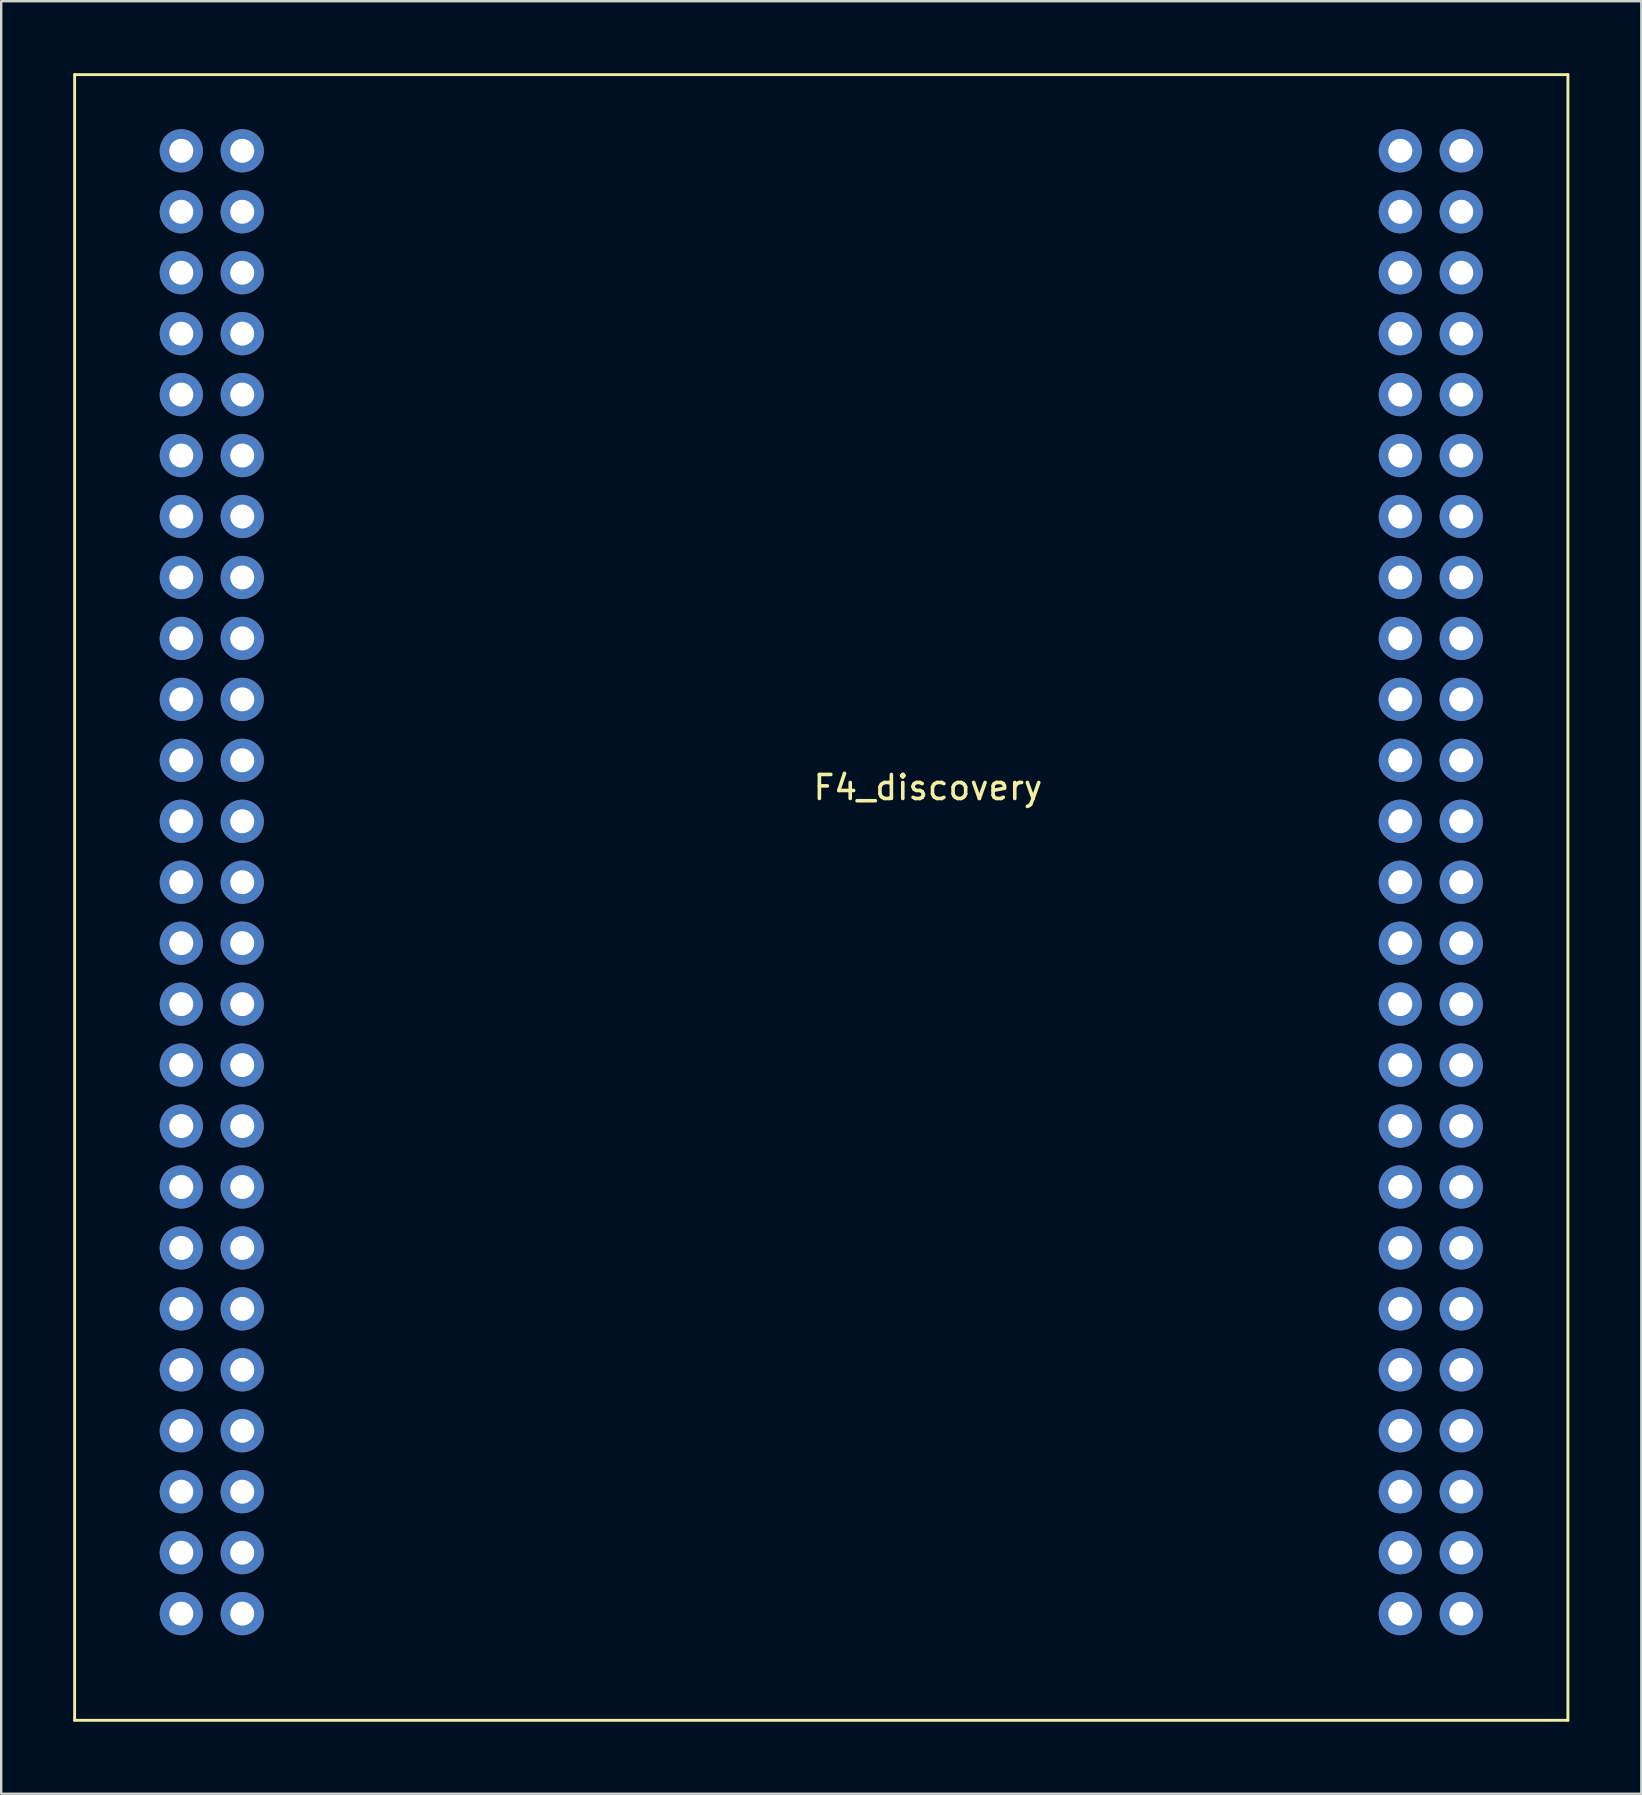
<source format=kicad_pcb>
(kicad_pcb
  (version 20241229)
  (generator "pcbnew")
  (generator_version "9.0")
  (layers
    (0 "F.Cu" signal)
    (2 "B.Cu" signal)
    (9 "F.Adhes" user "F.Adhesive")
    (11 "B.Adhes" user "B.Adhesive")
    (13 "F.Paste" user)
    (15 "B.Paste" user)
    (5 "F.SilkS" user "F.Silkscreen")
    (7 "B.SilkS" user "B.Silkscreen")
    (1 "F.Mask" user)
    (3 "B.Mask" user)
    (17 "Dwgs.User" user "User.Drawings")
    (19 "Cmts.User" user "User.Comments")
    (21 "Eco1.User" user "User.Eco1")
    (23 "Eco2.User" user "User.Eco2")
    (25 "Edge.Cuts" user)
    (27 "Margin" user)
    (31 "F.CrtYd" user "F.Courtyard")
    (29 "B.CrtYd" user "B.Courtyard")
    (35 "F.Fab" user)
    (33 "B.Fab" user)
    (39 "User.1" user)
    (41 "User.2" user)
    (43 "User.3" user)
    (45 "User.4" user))
  (footprint "F4_discovery"
    (layer "F.Cu")
    (at 31.175 29.27)
    (property "Reference" "F4_discovery" (at 4.445 0.5 0) (layer "F.SilkS") (effects (font (size 1 1) (thickness 0.15))))
    (attr through_hole)
    (fp_line (start -31.115 -29.21) (end 31.115 -29.21) (stroke (width 0.12) (type solid)) (layer "F.SilkS"))
    (fp_line (start -31.115 39.37) (end -31.115 -29.21) (stroke (width 0.12) (type solid)) (layer "F.SilkS"))
    (fp_line (start 31.115 -29.21) (end 31.115 39.37) (stroke (width 0.12) (type solid)) (layer "F.SilkS"))
    (fp_line (start 31.115 39.37) (end -31.115 39.37) (stroke (width 0.12) (type solid)) (layer "F.SilkS"))
    (pad "1" thru_hole circle (at -26.67 -26.035) (size 1.8 1.8) (drill 1) (layers "*.Cu" "*.Mask"))
    (pad "2" thru_hole circle (at -26.67 -23.495) (size 1.8 1.8) (drill 1) (layers "*.Cu" "*.Mask"))
    (pad "3" thru_hole circle (at -26.67 -20.955) (size 1.8 1.8) (drill 1) (layers "*.Cu" "*.Mask"))
    (pad "4" thru_hole circle (at -26.67 -18.415) (size 1.8 1.8) (drill 1) (layers "*.Cu" "*.Mask"))
    (pad "5" thru_hole circle (at -26.67 -15.875) (size 1.8 1.8) (drill 1) (layers "*.Cu" "*.Mask"))
    (pad "6" thru_hole circle (at -26.67 -13.335) (size 1.8 1.8) (drill 1) (layers "*.Cu" "*.Mask"))
    (pad "7" thru_hole circle (at -26.67 -10.795) (size 1.8 1.8) (drill 1) (layers "*.Cu" "*.Mask"))
    (pad "8" thru_hole circle (at -26.67 -8.255) (size 1.8 1.8) (drill 1) (layers "*.Cu" "*.Mask"))
    (pad "9" thru_hole circle (at -26.67 -5.715) (size 1.8 1.8) (drill 1) (layers "*.Cu" "*.Mask"))
    (pad "10" thru_hole circle (at -26.67 -3.175) (size 1.8 1.8) (drill 1) (layers "*.Cu" "*.Mask"))
    (pad "11" thru_hole circle (at -26.67 -0.635) (size 1.8 1.8) (drill 1) (layers "*.Cu" "*.Mask"))
    (pad "12" thru_hole circle (at -26.67 1.905) (size 1.8 1.8) (drill 1) (layers "*.Cu" "*.Mask"))
    (pad "13" thru_hole circle (at -26.67 4.445) (size 1.8 1.8) (drill 1) (layers "*.Cu" "*.Mask"))
    (pad "14" thru_hole circle (at -26.67 6.985) (size 1.8 1.8) (drill 1) (layers "*.Cu" "*.Mask"))
    (pad "15" thru_hole circle (at -26.67 9.525) (size 1.8 1.8) (drill 1) (layers "*.Cu" "*.Mask"))
    (pad "16" thru_hole circle (at -26.67 12.065) (size 1.8 1.8) (drill 1) (layers "*.Cu" "*.Mask"))
    (pad "17" thru_hole circle (at -26.67 14.605) (size 1.8 1.8) (drill 1) (layers "*.Cu" "*.Mask"))
    (pad "18" thru_hole circle (at -26.67 17.145) (size 1.8 1.8) (drill 1) (layers "*.Cu" "*.Mask"))
    (pad "19" thru_hole circle (at -26.67 19.685) (size 1.8 1.8) (drill 1) (layers "*.Cu" "*.Mask"))
    (pad "20" thru_hole circle (at -26.67 22.225) (size 1.8 1.8) (drill 1) (layers "*.Cu" "*.Mask"))
    (pad "21" thru_hole circle (at -26.67 24.765) (size 1.8 1.8) (drill 1) (layers "*.Cu" "*.Mask"))
    (pad "22" thru_hole circle (at -26.67 27.305) (size 1.8 1.8) (drill 1) (layers "*.Cu" "*.Mask"))
    (pad "23" thru_hole circle (at -26.67 29.845) (size 1.8 1.8) (drill 1) (layers "*.Cu" "*.Mask"))
    (pad "24" thru_hole circle (at -26.67 32.385) (size 1.8 1.8) (drill 1) (layers "*.Cu" "*.Mask"))
    (pad "25" thru_hole circle (at -26.67 34.925) (size 1.8 1.8) (drill 1) (layers "*.Cu" "*.Mask"))
    (pad "26" thru_hole circle (at -24.13 -26.035) (size 1.8 1.8) (drill 1) (layers "*.Cu" "*.Mask"))
    (pad "27" thru_hole circle (at -24.13 -23.495) (size 1.8 1.8) (drill 1) (layers "*.Cu" "*.Mask"))
    (pad "28" thru_hole circle (at -24.13 -20.955) (size 1.8 1.8) (drill 1) (layers "*.Cu" "*.Mask"))
    (pad "29" thru_hole circle (at -24.13 -18.415) (size 1.8 1.8) (drill 1) (layers "*.Cu" "*.Mask"))
    (pad "30" thru_hole circle (at -24.13 -15.875) (size 1.8 1.8) (drill 1) (layers "*.Cu" "*.Mask"))
    (pad "31" thru_hole circle (at -24.13 -13.335) (size 1.8 1.8) (drill 1) (layers "*.Cu" "*.Mask"))
    (pad "32" thru_hole circle (at -24.13 -10.795) (size 1.8 1.8) (drill 1) (layers "*.Cu" "*.Mask"))
    (pad "33" thru_hole circle (at -24.13 -8.255) (size 1.8 1.8) (drill 1) (layers "*.Cu" "*.Mask"))
    (pad "34" thru_hole circle (at -24.13 -5.715) (size 1.8 1.8) (drill 1) (layers "*.Cu" "*.Mask"))
    (pad "35" thru_hole circle (at -24.13 -3.175) (size 1.8 1.8) (drill 1) (layers "*.Cu" "*.Mask"))
    (pad "36" thru_hole circle (at -24.13 -0.635) (size 1.8 1.8) (drill 1) (layers "*.Cu" "*.Mask"))
    (pad "37" thru_hole circle (at -24.13 1.905) (size 1.8 1.8) (drill 1) (layers "*.Cu" "*.Mask"))
    (pad "38" thru_hole circle (at -24.13 4.445) (size 1.8 1.8) (drill 1) (layers "*.Cu" "*.Mask"))
    (pad "39" thru_hole circle (at -24.13 6.985) (size 1.8 1.8) (drill 1) (layers "*.Cu" "*.Mask"))
    (pad "40" thru_hole circle (at -24.13 9.525) (size 1.8 1.8) (drill 1) (layers "*.Cu" "*.Mask"))
    (pad "41" thru_hole circle (at -24.13 12.065) (size 1.8 1.8) (drill 1) (layers "*.Cu" "*.Mask"))
    (pad "42" thru_hole circle (at -24.13 14.605) (size 1.8 1.8) (drill 1) (layers "*.Cu" "*.Mask"))
    (pad "43" thru_hole circle (at -24.13 17.145) (size 1.8 1.8) (drill 1) (layers "*.Cu" "*.Mask"))
    (pad "44" thru_hole circle (at -24.13 19.685) (size 1.8 1.8) (drill 1) (layers "*.Cu" "*.Mask"))
    (pad "45" thru_hole circle (at -24.13 22.225) (size 1.8 1.8) (drill 1) (layers "*.Cu" "*.Mask"))
    (pad "46" thru_hole circle (at -24.13 24.765) (size 1.8 1.8) (drill 1) (layers "*.Cu" "*.Mask"))
    (pad "47" thru_hole circle (at -24.13 27.305) (size 1.8 1.8) (drill 1) (layers "*.Cu" "*.Mask"))
    (pad "48" thru_hole circle (at -24.13 29.845) (size 1.8 1.8) (drill 1) (layers "*.Cu" "*.Mask"))
    (pad "49" thru_hole circle (at -24.13 32.385) (size 1.8 1.8) (drill 1) (layers "*.Cu" "*.Mask"))
    (pad "50" thru_hole circle (at -24.13 34.925) (size 1.8 1.8) (drill 1) (layers "*.Cu" "*.Mask"))
    (pad "51" thru_hole circle (at 24.13 -26.035) (size 1.8 1.8) (drill 1) (layers "*.Cu" "*.Mask"))
    (pad "52" thru_hole circle (at 24.13 -23.495) (size 1.8 1.8) (drill 1) (layers "*.Cu" "*.Mask"))
    (pad "53" thru_hole circle (at 24.13 -20.955) (size 1.8 1.8) (drill 1) (layers "*.Cu" "*.Mask"))
    (pad "54" thru_hole circle (at 24.13 -18.415) (size 1.8 1.8) (drill 1) (layers "*.Cu" "*.Mask"))
    (pad "55" thru_hole circle (at 24.13 -15.875) (size 1.8 1.8) (drill 1) (layers "*.Cu" "*.Mask"))
    (pad "56" thru_hole circle (at 24.13 -13.335) (size 1.8 1.8) (drill 1) (layers "*.Cu" "*.Mask"))
    (pad "57" thru_hole circle (at 24.13 -10.795) (size 1.8 1.8) (drill 1) (layers "*.Cu" "*.Mask"))
    (pad "58" thru_hole circle (at 24.13 -8.255) (size 1.8 1.8) (drill 1) (layers "*.Cu" "*.Mask"))
    (pad "59" thru_hole circle (at 24.13 -5.715) (size 1.8 1.8) (drill 1) (layers "*.Cu" "*.Mask"))
    (pad "60" thru_hole circle (at 24.13 -3.175) (size 1.8 1.8) (drill 1) (layers "*.Cu" "*.Mask"))
    (pad "61" thru_hole circle (at 24.13 -0.635) (size 1.8 1.8) (drill 1) (layers "*.Cu" "*.Mask"))
    (pad "62" thru_hole circle (at 24.13 1.905) (size 1.8 1.8) (drill 1) (layers "*.Cu" "*.Mask"))
    (pad "63" thru_hole circle (at 24.13 4.445) (size 1.8 1.8) (drill 1) (layers "*.Cu" "*.Mask"))
    (pad "64" thru_hole circle (at 24.13 6.985) (size 1.8 1.8) (drill 1) (layers "*.Cu" "*.Mask"))
    (pad "65" thru_hole circle (at 24.13 9.525) (size 1.8 1.8) (drill 1) (layers "*.Cu" "*.Mask"))
    (pad "66" thru_hole circle (at 24.13 12.065) (size 1.8 1.8) (drill 1) (layers "*.Cu" "*.Mask"))
    (pad "67" thru_hole circle (at 24.13 14.605) (size 1.8 1.8) (drill 1) (layers "*.Cu" "*.Mask"))
    (pad "68" thru_hole circle (at 24.13 17.145) (size 1.8 1.8) (drill 1) (layers "*.Cu" "*.Mask"))
    (pad "69" thru_hole circle (at 24.13 19.685) (size 1.8 1.8) (drill 1) (layers "*.Cu" "*.Mask"))
    (pad "70" thru_hole circle (at 24.13 22.225) (size 1.8 1.8) (drill 1) (layers "*.Cu" "*.Mask"))
    (pad "71" thru_hole circle (at 24.13 24.765) (size 1.8 1.8) (drill 1) (layers "*.Cu" "*.Mask"))
    (pad "72" thru_hole circle (at 24.13 27.305) (size 1.8 1.8) (drill 1) (layers "*.Cu" "*.Mask"))
    (pad "73" thru_hole circle (at 24.13 29.845) (size 1.8 1.8) (drill 1) (layers "*.Cu" "*.Mask"))
    (pad "74" thru_hole circle (at 24.13 32.385) (size 1.8 1.8) (drill 1) (layers "*.Cu" "*.Mask"))
    (pad "75" thru_hole circle (at 24.13 34.925) (size 1.8 1.8) (drill 1) (layers "*.Cu" "*.Mask"))
    (pad "76" thru_hole circle (at 26.67 -26.035) (size 1.8 1.8) (drill 1) (layers "*.Cu" "*.Mask"))
    (pad "77" thru_hole circle (at 26.67 -23.495) (size 1.8 1.8) (drill 1) (layers "*.Cu" "*.Mask"))
    (pad "78" thru_hole circle (at 26.67 -20.955) (size 1.8 1.8) (drill 1) (layers "*.Cu" "*.Mask"))
    (pad "79" thru_hole circle (at 26.67 -18.415) (size 1.8 1.8) (drill 1) (layers "*.Cu" "*.Mask"))
    (pad "80" thru_hole circle (at 26.67 -15.875) (size 1.8 1.8) (drill 1) (layers "*.Cu" "*.Mask"))
    (pad "81" thru_hole circle (at 26.67 -13.335) (size 1.8 1.8) (drill 1) (layers "*.Cu" "*.Mask"))
    (pad "82" thru_hole circle (at 26.67 -10.795) (size 1.8 1.8) (drill 1) (layers "*.Cu" "*.Mask"))
    (pad "83" thru_hole circle (at 26.67 -8.255) (size 1.8 1.8) (drill 1) (layers "*.Cu" "*.Mask"))
    (pad "84" thru_hole circle (at 26.67 -5.715) (size 1.8 1.8) (drill 1) (layers "*.Cu" "*.Mask"))
    (pad "85" thru_hole circle (at 26.67 -3.175) (size 1.8 1.8) (drill 1) (layers "*.Cu" "*.Mask"))
    (pad "86" thru_hole circle (at 26.67 -0.635) (size 1.8 1.8) (drill 1) (layers "*.Cu" "*.Mask"))
    (pad "87" thru_hole circle (at 26.67 1.905) (size 1.8 1.8) (drill 1) (layers "*.Cu" "*.Mask"))
    (pad "88" thru_hole circle (at 26.67 4.445) (size 1.8 1.8) (drill 1) (layers "*.Cu" "*.Mask"))
    (pad "89" thru_hole circle (at 26.67 6.985) (size 1.8 1.8) (drill 1) (layers "*.Cu" "*.Mask"))
    (pad "90" thru_hole circle (at 26.67 9.525) (size 1.8 1.8) (drill 1) (layers "*.Cu" "*.Mask"))
    (pad "91" thru_hole circle (at 26.67 12.065) (size 1.8 1.8) (drill 1) (layers "*.Cu" "*.Mask"))
    (pad "92" thru_hole circle (at 26.67 14.605) (size 1.8 1.8) (drill 1) (layers "*.Cu" "*.Mask"))
    (pad "93" thru_hole circle (at 26.67 17.145) (size 1.8 1.8) (drill 1) (layers "*.Cu" "*.Mask"))
    (pad "94" thru_hole circle (at 26.67 19.685) (size 1.8 1.8) (drill 1) (layers "*.Cu" "*.Mask"))
    (pad "95" thru_hole circle (at 26.67 22.225) (size 1.8 1.8) (drill 1) (layers "*.Cu" "*.Mask"))
    (pad "96" thru_hole circle (at 26.67 24.765) (size 1.8 1.8) (drill 1) (layers "*.Cu" "*.Mask"))
    (pad "97" thru_hole circle (at 26.67 27.305) (size 1.8 1.8) (drill 1) (layers "*.Cu" "*.Mask"))
    (pad "98" thru_hole circle (at 26.67 29.845) (size 1.8 1.8) (drill 1) (layers "*.Cu" "*.Mask"))
    (pad "99" thru_hole circle (at 26.67 32.385) (size 1.8 1.8) (drill 1) (layers "*.Cu" "*.Mask"))
    (pad "100" thru_hole circle (at 26.67 34.925) (size 1.8 1.8) (drill 1) (layers "*.Cu" "*.Mask")))
  (gr_rect
    (start -3 -3)
    (end 65.35 71.7)
    (stroke (width 0.1) (type default))
    (fill no)
    (layer "Edge.Cuts")))
</source>
